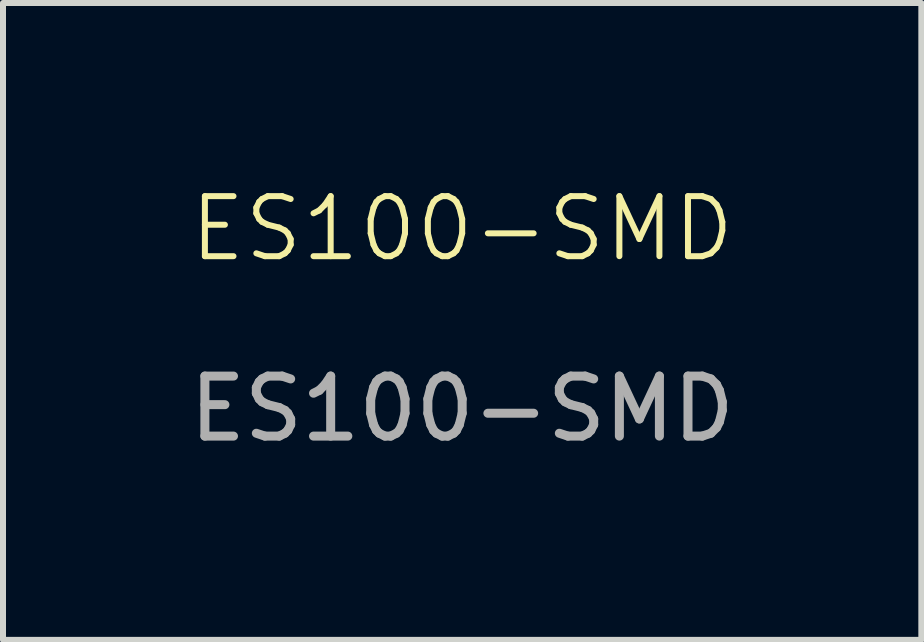
<source format=kicad_pcb>
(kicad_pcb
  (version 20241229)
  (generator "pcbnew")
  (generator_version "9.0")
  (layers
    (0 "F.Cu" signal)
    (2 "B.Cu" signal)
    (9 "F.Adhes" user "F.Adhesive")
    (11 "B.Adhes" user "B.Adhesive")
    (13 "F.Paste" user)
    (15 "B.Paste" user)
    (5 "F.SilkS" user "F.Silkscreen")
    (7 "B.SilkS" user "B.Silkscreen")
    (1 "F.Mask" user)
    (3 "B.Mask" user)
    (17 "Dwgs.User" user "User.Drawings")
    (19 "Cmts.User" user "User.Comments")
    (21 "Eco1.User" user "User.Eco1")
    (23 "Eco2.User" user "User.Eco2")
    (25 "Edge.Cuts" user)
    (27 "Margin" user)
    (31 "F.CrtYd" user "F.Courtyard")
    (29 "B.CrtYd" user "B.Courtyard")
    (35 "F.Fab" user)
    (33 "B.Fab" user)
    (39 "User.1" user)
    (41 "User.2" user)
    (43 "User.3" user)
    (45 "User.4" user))
  (footprint "ES100-SMD"
    (layer "F.Cu")
    (at 4.649 1.26)
    (property "Reference" "ES100-SMD" (at 0 -0.5 0) (unlocked yes) (layer "F.SilkS") (effects (font (size 1 1) (thickness 0.1))))
    (attr smd)
    (fp_text user "${REFERENCE}" (at 0 2.5 0) (unlocked yes) (layer "F.Fab") (effects (font (size 1 1) (thickness 0.15)))))
  (gr_rect
    (start -3 -3)
    (end 12.298 7.609)
    (stroke (width 0.1) (type default))
    (fill no)
    (layer "Edge.Cuts")))
</source>
